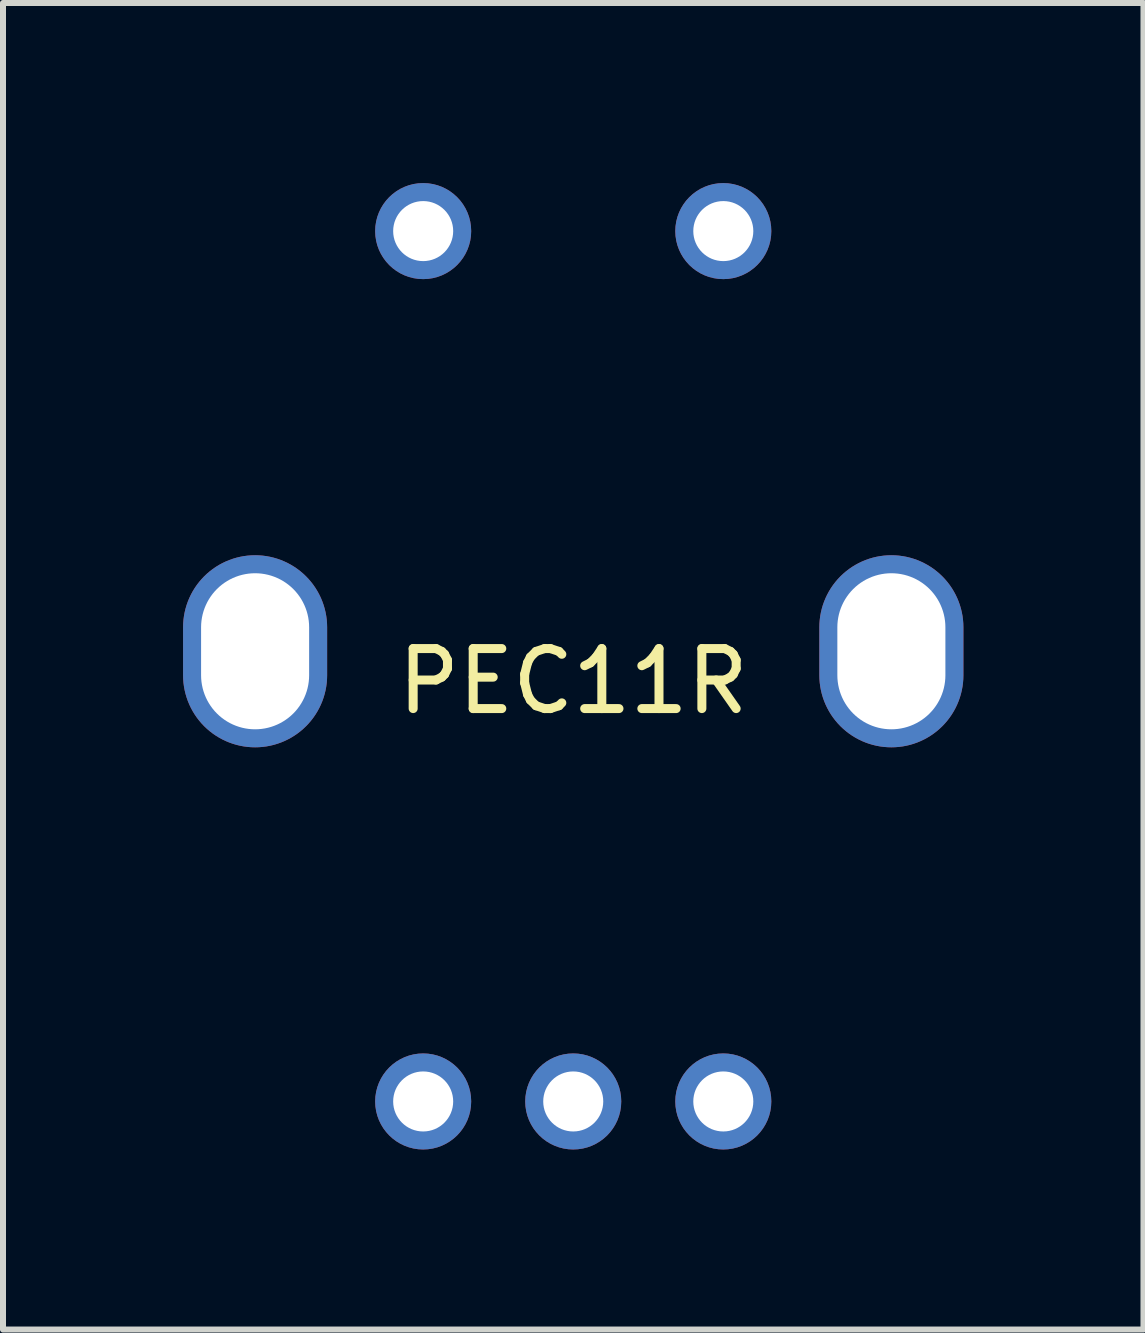
<source format=kicad_pcb>
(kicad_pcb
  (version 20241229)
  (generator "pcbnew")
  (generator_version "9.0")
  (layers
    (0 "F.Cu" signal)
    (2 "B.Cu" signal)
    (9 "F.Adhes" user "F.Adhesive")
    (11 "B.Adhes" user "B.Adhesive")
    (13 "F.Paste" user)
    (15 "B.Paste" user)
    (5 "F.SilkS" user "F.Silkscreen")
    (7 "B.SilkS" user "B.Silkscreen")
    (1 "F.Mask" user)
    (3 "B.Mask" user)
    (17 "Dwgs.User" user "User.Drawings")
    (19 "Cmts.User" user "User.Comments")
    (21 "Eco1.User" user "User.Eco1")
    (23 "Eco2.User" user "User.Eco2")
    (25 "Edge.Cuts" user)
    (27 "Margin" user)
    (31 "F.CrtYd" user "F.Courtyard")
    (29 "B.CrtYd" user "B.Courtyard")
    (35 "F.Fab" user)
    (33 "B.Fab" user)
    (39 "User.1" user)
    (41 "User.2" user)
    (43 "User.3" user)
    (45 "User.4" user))
  (footprint "PEC11R"
    (layer "F.Cu")
    (at 6.5 7.8)
    (property "Reference" "PEC11R" (at 0 0.5 0) (layer "F.SilkS") (effects (font (size 1 1) (thickness 0.15))))
    (attr through_hole)
    (pad "" np_thru_hole oval (at -5.3 0) (size 2.4 3.2) (drill oval 1.8 2.6) (layers "*.Cu" "*.Mask"))
    (pad "" np_thru_hole oval (at 5.3 0) (size 2.4 3.2) (drill oval 1.8 2.6) (layers "*.Cu" "*.Mask"))
    (pad "A" thru_hole circle (at -2.5 7.5) (size 1.6 1.6) (drill 1) (layers "*.Cu" "*.Mask"))
    (pad "B" thru_hole circle (at 2.5 7.5) (size 1.6 1.6) (drill 1) (layers "*.Cu" "*.Mask"))
    (pad "C" thru_hole circle (at 0 7.5) (size 1.6 1.6) (drill 1) (layers "*.Cu" "*.Mask"))
    (pad "S1" thru_hole circle (at -2.5 -7) (size 1.6 1.6) (drill 1) (layers "*.Cu" "*.Mask"))
    (pad "S2" thru_hole circle (at 2.5 -7) (size 1.6 1.6) (drill 1) (layers "*.Cu" "*.Mask")))
  (gr_rect
    (start -3 -3)
    (end 16 19.1)
    (stroke (width 0.1) (type default))
    (fill no)
    (layer "Edge.Cuts")))
</source>
